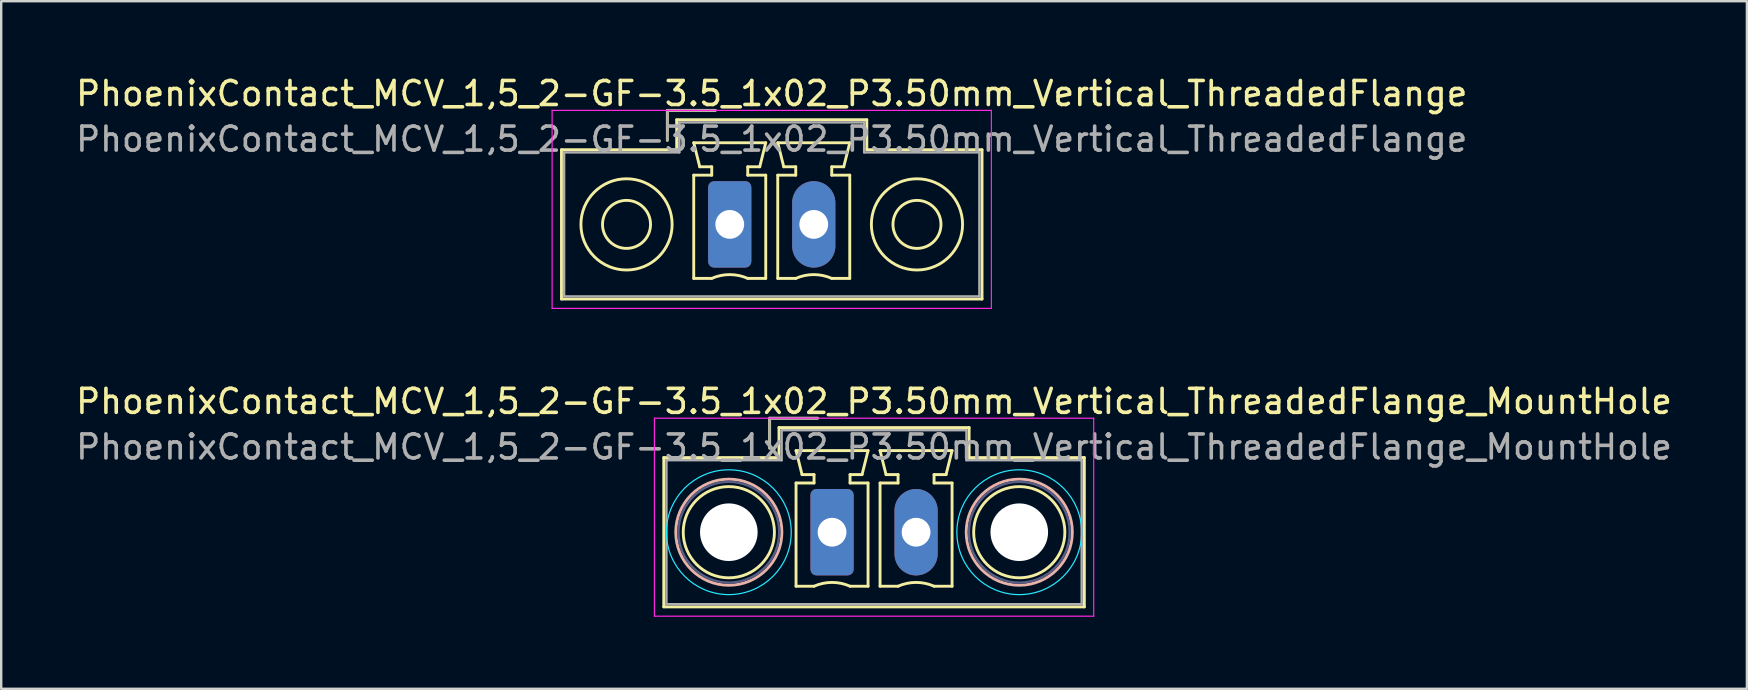
<source format=kicad_pcb>
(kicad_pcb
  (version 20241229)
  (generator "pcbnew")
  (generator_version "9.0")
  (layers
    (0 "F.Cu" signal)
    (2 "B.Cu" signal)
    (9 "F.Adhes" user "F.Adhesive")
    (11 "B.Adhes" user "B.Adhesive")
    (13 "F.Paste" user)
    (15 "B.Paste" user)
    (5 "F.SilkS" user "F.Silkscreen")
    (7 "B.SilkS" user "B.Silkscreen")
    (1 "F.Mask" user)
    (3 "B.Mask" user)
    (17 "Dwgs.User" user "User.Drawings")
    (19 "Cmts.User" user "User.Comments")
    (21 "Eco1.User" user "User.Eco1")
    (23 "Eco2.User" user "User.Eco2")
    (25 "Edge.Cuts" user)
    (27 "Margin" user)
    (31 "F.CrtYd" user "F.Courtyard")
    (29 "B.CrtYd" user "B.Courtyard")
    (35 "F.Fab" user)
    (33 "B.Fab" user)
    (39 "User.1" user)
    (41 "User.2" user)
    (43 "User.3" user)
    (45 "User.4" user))
  (footprint "PhoenixContact_MCV_1,5_2-GF-3.5_1x02_P3.50mm_Vertical_ThreadedFlange"
    (layer "F.Cu")
    (at 27.351 6.298)
    (property "Reference" "PhoenixContact_MCV_1,5_2-GF-3.5_1x02_P3.50mm_Vertical_ThreadedFlange" (at 1.75 -5.45 0) (layer "F.SilkS") (effects (font (size 1 1) (thickness 0.15))))
    (attr through_hole)
    (fp_line (start -7.01 -3.11) (end -7.01 3.11) (stroke (width 0.12) (type solid)) (layer "F.SilkS"))
    (fp_line (start -7.01 3.11) (end 10.51 3.11) (stroke (width 0.12) (type solid)) (layer "F.SilkS"))
    (fp_line (start -2.6 -4.75) (end -0.6 -4.75) (stroke (width 0.12) (type solid)) (layer "F.SilkS"))
    (fp_line (start -2.6 -3.5) (end -2.6 -4.75) (stroke (width 0.12) (type solid)) (layer "F.SilkS"))
    (fp_line (start -2.21 -4.36) (end -2.21 -3.11) (stroke (width 0.12) (type solid)) (layer "F.SilkS"))
    (fp_line (start -2.21 -3.11) (end -7.01 -3.11) (stroke (width 0.12) (type solid)) (layer "F.SilkS"))
    (fp_line (start -1.5 -3.4) (end 1.5 -3.4) (stroke (width 0.12) (type solid)) (layer "F.SilkS"))
    (fp_line (start -1.5 -2.05) (end -0.75 -2.05) (stroke (width 0.12) (type solid)) (layer "F.SilkS"))
    (fp_line (start -1.5 2.25) (end -1.5 -2.05) (stroke (width 0.12) (type solid)) (layer "F.SilkS"))
    (fp_line (start -1.25 -2.4) (end -1.5 -3.4) (stroke (width 0.12) (type solid)) (layer "F.SilkS"))
    (fp_line (start -0.75 -2.4) (end -1.25 -2.4) (stroke (width 0.12) (type solid)) (layer "F.SilkS"))
    (fp_line (start -0.75 -2.05) (end -0.75 -2.4) (stroke (width 0.12) (type solid)) (layer "F.SilkS"))
    (fp_line (start -0.75 2.25) (end -1.5 2.25) (stroke (width 0.12) (type solid)) (layer "F.SilkS"))
    (fp_line (start 0.75 -2.4) (end 0.75 -2.05) (stroke (width 0.12) (type solid)) (layer "F.SilkS"))
    (fp_line (start 0.75 -2.05) (end 1.5 -2.05) (stroke (width 0.12) (type solid)) (layer "F.SilkS"))
    (fp_line (start 1.25 -2.4) (end 0.75 -2.4) (stroke (width 0.12) (type solid)) (layer "F.SilkS"))
    (fp_line (start 1.5 -3.4) (end 1.25 -2.4) (stroke (width 0.12) (type solid)) (layer "F.SilkS"))
    (fp_line (start 1.5 -2.05) (end 1.5 2.25) (stroke (width 0.12) (type solid)) (layer "F.SilkS"))
    (fp_line (start 1.5 2.25) (end 0.75 2.25) (stroke (width 0.12) (type solid)) (layer "F.SilkS"))
    (fp_line (start 2 -3.4) (end 5 -3.4) (stroke (width 0.12) (type solid)) (layer "F.SilkS"))
    (fp_line (start 2 -2.05) (end 2.75 -2.05) (stroke (width 0.12) (type solid)) (layer "F.SilkS"))
    (fp_line (start 2 2.25) (end 2 -2.05) (stroke (width 0.12) (type solid)) (layer "F.SilkS"))
    (fp_line (start 2.25 -2.4) (end 2 -3.4) (stroke (width 0.12) (type solid)) (layer "F.SilkS"))
    (fp_line (start 2.75 -2.4) (end 2.25 -2.4) (stroke (width 0.12) (type solid)) (layer "F.SilkS"))
    (fp_line (start 2.75 -2.05) (end 2.75 -2.4) (stroke (width 0.12) (type solid)) (layer "F.SilkS"))
    (fp_line (start 2.75 2.25) (end 2 2.25) (stroke (width 0.12) (type solid)) (layer "F.SilkS"))
    (fp_line (start 4.25 -2.4) (end 4.25 -2.05) (stroke (width 0.12) (type solid)) (layer "F.SilkS"))
    (fp_line (start 4.25 -2.05) (end 5 -2.05) (stroke (width 0.12) (type solid)) (layer "F.SilkS"))
    (fp_line (start 4.75 -2.4) (end 4.25 -2.4) (stroke (width 0.12) (type solid)) (layer "F.SilkS"))
    (fp_line (start 5 -3.4) (end 4.75 -2.4) (stroke (width 0.12) (type solid)) (layer "F.SilkS"))
    (fp_line (start 5 -2.05) (end 5 2.25) (stroke (width 0.12) (type solid)) (layer "F.SilkS"))
    (fp_line (start 5 2.25) (end 4.25 2.25) (stroke (width 0.12) (type solid)) (layer "F.SilkS"))
    (fp_line (start 5.71 -4.36) (end -2.21 -4.36) (stroke (width 0.12) (type solid)) (layer "F.SilkS"))
    (fp_line (start 5.71 -3.11) (end 5.71 -4.36) (stroke (width 0.12) (type solid)) (layer "F.SilkS"))
    (fp_line (start 10.51 -3.11) (end 5.71 -3.11) (stroke (width 0.12) (type solid)) (layer "F.SilkS"))
    (fp_line (start 10.51 3.11) (end 10.51 -3.11) (stroke (width 0.12) (type solid)) (layer "F.SilkS"))
    (fp_arc (start -0.75 2.25) (mid -0.000193 2.09191) (end 0.749647 2.249844) (stroke (width 0.12) (type solid)) (layer "F.SilkS"))
    (fp_arc (start 2.75 2.25) (mid 3.499807 2.09191) (end 4.249647 2.249844) (stroke (width 0.12) (type solid)) (layer "F.SilkS"))
    (fp_circle (center -4.3 0) (end -3.3 0) (stroke (width 0.12) (type solid)) (fill no) (layer "F.SilkS"))
    (fp_circle (center -4.3 0) (end -2.4 0) (stroke (width 0.12) (type solid)) (fill no) (layer "F.SilkS"))
    (fp_circle (center 7.8 0) (end 8.8 0) (stroke (width 0.12) (type solid)) (fill no) (layer "F.SilkS"))
    (fp_circle (center 7.8 0) (end 9.7 0) (stroke (width 0.12) (type solid)) (fill no) (layer "F.SilkS"))
    (fp_line (start -7.4 -4.75) (end -7.4 3.5) (stroke (width 0.05) (type solid)) (layer "F.CrtYd"))
    (fp_line (start -7.4 3.5) (end 10.9 3.5) (stroke (width 0.05) (type solid)) (layer "F.CrtYd"))
    (fp_line (start 10.9 -4.75) (end -7.4 -4.75) (stroke (width 0.05) (type solid)) (layer "F.CrtYd"))
    (fp_line (start 10.9 3.5) (end 10.9 -4.75) (stroke (width 0.05) (type solid)) (layer "F.CrtYd"))
    (fp_line (start -6.9 -3) (end -6.9 3) (stroke (width 0.1) (type solid)) (layer "F.Fab"))
    (fp_line (start -6.9 3) (end 10.4 3) (stroke (width 0.1) (type solid)) (layer "F.Fab"))
    (fp_line (start -2.6 -4.75) (end -0.6 -4.75) (stroke (width 0.1) (type solid)) (layer "F.Fab"))
    (fp_line (start -2.6 -3.5) (end -2.6 -4.75) (stroke (width 0.1) (type solid)) (layer "F.Fab"))
    (fp_line (start -2.1 -4.25) (end -2.1 -3) (stroke (width 0.1) (type solid)) (layer "F.Fab"))
    (fp_line (start -2.1 -3) (end -6.9 -3) (stroke (width 0.1) (type solid)) (layer "F.Fab"))
    (fp_line (start 5.6 -4.25) (end -2.1 -4.25) (stroke (width 0.1) (type solid)) (layer "F.Fab"))
    (fp_line (start 5.6 -3) (end 5.6 -4.25) (stroke (width 0.1) (type solid)) (layer "F.Fab"))
    (fp_line (start 10.4 -3) (end 5.6 -3) (stroke (width 0.1) (type solid)) (layer "F.Fab"))
    (fp_line (start 10.4 3) (end 10.4 -3) (stroke (width 0.1) (type solid)) (layer "F.Fab"))
    (fp_text user "${REFERENCE}" (at 1.75 -3.55 0) (layer "F.Fab") (effects (font (size 1 1) (thickness 0.15))))
    (pad "1" thru_hole roundrect (at 0 0) (size 1.8 3.6) (drill 1.2) (layers "*.Cu" "*.Mask") (roundrect_rratio 0.139))
    (pad "2" thru_hole oval (at 3.5 0) (size 1.8 3.6) (drill 1.2) (layers "*.Cu" "*.Mask")))
  (footprint "PhoenixContact_MCV_1,5_2-GF-3.5_1x02_P3.50mm_Vertical_ThreadedFlange_MountHole"
    (layer "F.Cu")
    (at 31.613 19.122)
    (property "Reference" "PhoenixContact_MCV_1,5_2-GF-3.5_1x02_P3.50mm_Vertical_ThreadedFlange_MountHole" (at 1.75 -5.45 0) (layer "F.SilkS") (effects (font (size 1 1) (thickness 0.15))))
    (attr through_hole)
    (fp_line (start -7.01 -3.11) (end -7.01 3.11) (stroke (width 0.12) (type solid)) (layer "F.SilkS"))
    (fp_line (start -7.01 3.11) (end 10.51 3.11) (stroke (width 0.12) (type solid)) (layer "F.SilkS"))
    (fp_line (start -2.6 -4.75) (end -0.6 -4.75) (stroke (width 0.12) (type solid)) (layer "F.SilkS"))
    (fp_line (start -2.6 -3.5) (end -2.6 -4.75) (stroke (width 0.12) (type solid)) (layer "F.SilkS"))
    (fp_line (start -2.21 -4.36) (end -2.21 -3.11) (stroke (width 0.12) (type solid)) (layer "F.SilkS"))
    (fp_line (start -2.21 -3.11) (end -7.01 -3.11) (stroke (width 0.12) (type solid)) (layer "F.SilkS"))
    (fp_line (start -1.5 -3.4) (end 1.5 -3.4) (stroke (width 0.12) (type solid)) (layer "F.SilkS"))
    (fp_line (start -1.5 -2.05) (end -0.75 -2.05) (stroke (width 0.12) (type solid)) (layer "F.SilkS"))
    (fp_line (start -1.5 2.25) (end -1.5 -2.05) (stroke (width 0.12) (type solid)) (layer "F.SilkS"))
    (fp_line (start -1.25 -2.4) (end -1.5 -3.4) (stroke (width 0.12) (type solid)) (layer "F.SilkS"))
    (fp_line (start -0.75 -2.4) (end -1.25 -2.4) (stroke (width 0.12) (type solid)) (layer "F.SilkS"))
    (fp_line (start -0.75 -2.05) (end -0.75 -2.4) (stroke (width 0.12) (type solid)) (layer "F.SilkS"))
    (fp_line (start -0.75 2.25) (end -1.5 2.25) (stroke (width 0.12) (type solid)) (layer "F.SilkS"))
    (fp_line (start 0.75 -2.4) (end 0.75 -2.05) (stroke (width 0.12) (type solid)) (layer "F.SilkS"))
    (fp_line (start 0.75 -2.05) (end 1.5 -2.05) (stroke (width 0.12) (type solid)) (layer "F.SilkS"))
    (fp_line (start 1.25 -2.4) (end 0.75 -2.4) (stroke (width 0.12) (type solid)) (layer "F.SilkS"))
    (fp_line (start 1.5 -3.4) (end 1.25 -2.4) (stroke (width 0.12) (type solid)) (layer "F.SilkS"))
    (fp_line (start 1.5 -2.05) (end 1.5 2.25) (stroke (width 0.12) (type solid)) (layer "F.SilkS"))
    (fp_line (start 1.5 2.25) (end 0.75 2.25) (stroke (width 0.12) (type solid)) (layer "F.SilkS"))
    (fp_line (start 2 -3.4) (end 5 -3.4) (stroke (width 0.12) (type solid)) (layer "F.SilkS"))
    (fp_line (start 2 -2.05) (end 2.75 -2.05) (stroke (width 0.12) (type solid)) (layer "F.SilkS"))
    (fp_line (start 2 2.25) (end 2 -2.05) (stroke (width 0.12) (type solid)) (layer "F.SilkS"))
    (fp_line (start 2.25 -2.4) (end 2 -3.4) (stroke (width 0.12) (type solid)) (layer "F.SilkS"))
    (fp_line (start 2.75 -2.4) (end 2.25 -2.4) (stroke (width 0.12) (type solid)) (layer "F.SilkS"))
    (fp_line (start 2.75 -2.05) (end 2.75 -2.4) (stroke (width 0.12) (type solid)) (layer "F.SilkS"))
    (fp_line (start 2.75 2.25) (end 2 2.25) (stroke (width 0.12) (type solid)) (layer "F.SilkS"))
    (fp_line (start 4.25 -2.4) (end 4.25 -2.05) (stroke (width 0.12) (type solid)) (layer "F.SilkS"))
    (fp_line (start 4.25 -2.05) (end 5 -2.05) (stroke (width 0.12) (type solid)) (layer "F.SilkS"))
    (fp_line (start 4.75 -2.4) (end 4.25 -2.4) (stroke (width 0.12) (type solid)) (layer "F.SilkS"))
    (fp_line (start 5 -3.4) (end 4.75 -2.4) (stroke (width 0.12) (type solid)) (layer "F.SilkS"))
    (fp_line (start 5 -2.05) (end 5 2.25) (stroke (width 0.12) (type solid)) (layer "F.SilkS"))
    (fp_line (start 5 2.25) (end 4.25 2.25) (stroke (width 0.12) (type solid)) (layer "F.SilkS"))
    (fp_line (start 5.71 -4.36) (end -2.21 -4.36) (stroke (width 0.12) (type solid)) (layer "F.SilkS"))
    (fp_line (start 5.71 -3.11) (end 5.71 -4.36) (stroke (width 0.12) (type solid)) (layer "F.SilkS"))
    (fp_line (start 10.51 -3.11) (end 5.71 -3.11) (stroke (width 0.12) (type solid)) (layer "F.SilkS"))
    (fp_line (start 10.51 3.11) (end 10.51 -3.11) (stroke (width 0.12) (type solid)) (layer "F.SilkS"))
    (fp_arc (start -0.75 2.25) (mid -0.000193 2.09191) (end 0.749647 2.249844) (stroke (width 0.12) (type solid)) (layer "F.SilkS"))
    (fp_arc (start 2.75 2.25) (mid 3.499807 2.09191) (end 4.249647 2.249844) (stroke (width 0.12) (type solid)) (layer "F.SilkS"))
    (fp_circle (center -4.3 0) (end -2.4 0) (stroke (width 0.12) (type solid)) (fill no) (layer "F.SilkS"))
    (fp_circle (center 7.8 0) (end 9.7 0) (stroke (width 0.12) (type solid)) (fill no) (layer "F.SilkS"))
    (fp_circle (center -4.3 0) (end -2.09 0) (stroke (width 0.12) (type solid)) (fill no) (layer "B.SilkS"))
    (fp_circle (center 7.8 0) (end 10.01 0) (stroke (width 0.12) (type solid)) (fill no) (layer "B.SilkS"))
    (fp_circle (center -4.3 0) (end -1.7 0) (stroke (width 0.05) (type solid)) (fill no) (layer "B.CrtYd"))
    (fp_circle (center 7.8 0) (end 10.4 0) (stroke (width 0.05) (type solid)) (fill no) (layer "B.CrtYd"))
    (fp_line (start -7.4 -4.75) (end -7.4 3.5) (stroke (width 0.05) (type solid)) (layer "F.CrtYd"))
    (fp_line (start -7.4 3.5) (end 10.9 3.5) (stroke (width 0.05) (type solid)) (layer "F.CrtYd"))
    (fp_line (start 10.9 -4.75) (end -7.4 -4.75) (stroke (width 0.05) (type solid)) (layer "F.CrtYd"))
    (fp_line (start 10.9 3.5) (end 10.9 -4.75) (stroke (width 0.05) (type solid)) (layer "F.CrtYd"))
    (fp_circle (center -4.3 0) (end -2.2 0) (stroke (width 0.1) (type solid)) (fill no) (layer "B.Fab"))
    (fp_circle (center 7.8 0) (end 9.9 0) (stroke (width 0.1) (type solid)) (fill no) (layer "B.Fab"))
    (fp_line (start -6.9 -3) (end -6.9 3) (stroke (width 0.1) (type solid)) (layer "F.Fab"))
    (fp_line (start -6.9 3) (end 10.4 3) (stroke (width 0.1) (type solid)) (layer "F.Fab"))
    (fp_line (start -2.6 -4.75) (end -0.6 -4.75) (stroke (width 0.1) (type solid)) (layer "F.Fab"))
    (fp_line (start -2.6 -3.5) (end -2.6 -4.75) (stroke (width 0.1) (type solid)) (layer "F.Fab"))
    (fp_line (start -2.1 -4.25) (end -2.1 -3) (stroke (width 0.1) (type solid)) (layer "F.Fab"))
    (fp_line (start -2.1 -3) (end -6.9 -3) (stroke (width 0.1) (type solid)) (layer "F.Fab"))
    (fp_line (start 5.6 -4.25) (end -2.1 -4.25) (stroke (width 0.1) (type solid)) (layer "F.Fab"))
    (fp_line (start 5.6 -3) (end 5.6 -4.25) (stroke (width 0.1) (type solid)) (layer "F.Fab"))
    (fp_line (start 10.4 -3) (end 5.6 -3) (stroke (width 0.1) (type solid)) (layer "F.Fab"))
    (fp_line (start 10.4 3) (end 10.4 -3) (stroke (width 0.1) (type solid)) (layer "F.Fab"))
    (fp_text user "${REFERENCE}" (at 1.75 -3.55 0) (layer "F.Fab") (effects (font (size 1 1) (thickness 0.15))))
    (pad "" np_thru_hole circle (at -4.3 0) (size 2.4 2.4) (drill 2.4) (layers "*.Cu" "*.Mask"))
    (pad "" np_thru_hole circle (at 7.8 0) (size 2.4 2.4) (drill 2.4) (layers "*.Cu" "*.Mask"))
    (pad "1" thru_hole roundrect (at 0 0) (size 1.8 3.6) (drill 1.2) (layers "*.Cu" "*.Mask") (roundrect_rratio 0.139))
    (pad "2" thru_hole oval (at 3.5 0) (size 1.8 3.6) (drill 1.2) (layers "*.Cu" "*.Mask")))
  (gr_rect
    (start -3 -3)
    (end 69.726 25.646)
    (stroke (width 0.1) (type default))
    (fill no)
    (layer "Edge.Cuts")))
</source>
